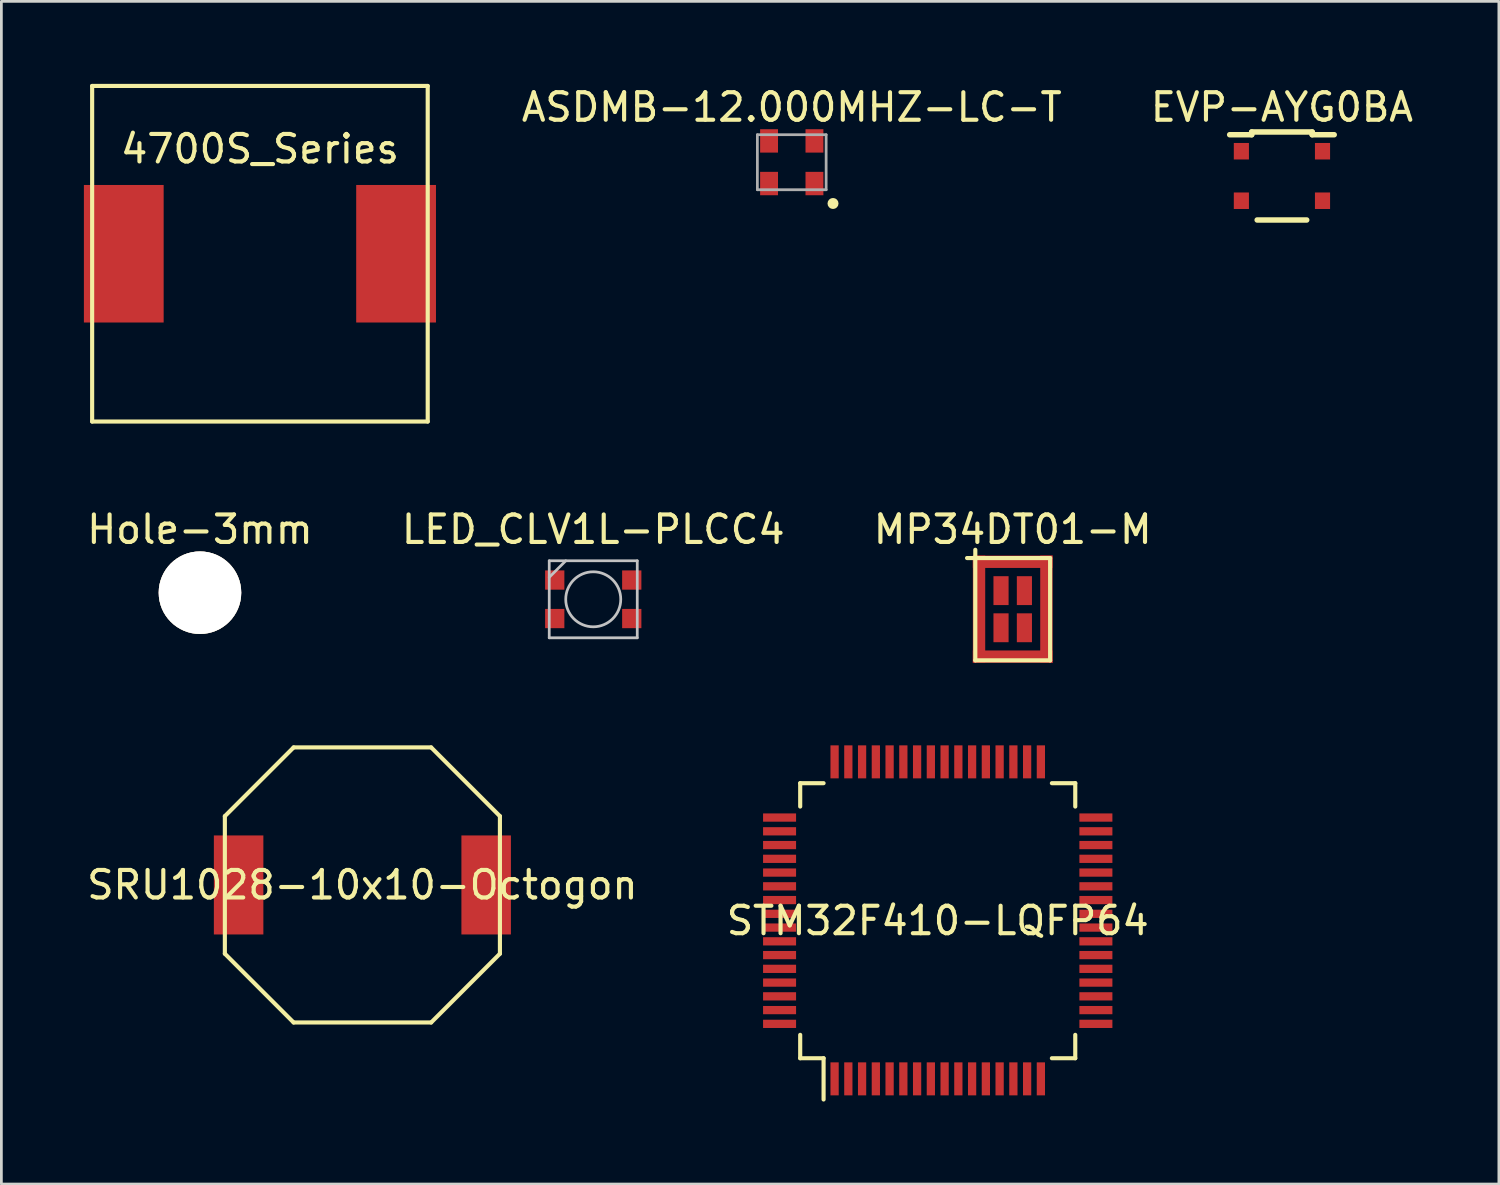
<source format=kicad_pcb>
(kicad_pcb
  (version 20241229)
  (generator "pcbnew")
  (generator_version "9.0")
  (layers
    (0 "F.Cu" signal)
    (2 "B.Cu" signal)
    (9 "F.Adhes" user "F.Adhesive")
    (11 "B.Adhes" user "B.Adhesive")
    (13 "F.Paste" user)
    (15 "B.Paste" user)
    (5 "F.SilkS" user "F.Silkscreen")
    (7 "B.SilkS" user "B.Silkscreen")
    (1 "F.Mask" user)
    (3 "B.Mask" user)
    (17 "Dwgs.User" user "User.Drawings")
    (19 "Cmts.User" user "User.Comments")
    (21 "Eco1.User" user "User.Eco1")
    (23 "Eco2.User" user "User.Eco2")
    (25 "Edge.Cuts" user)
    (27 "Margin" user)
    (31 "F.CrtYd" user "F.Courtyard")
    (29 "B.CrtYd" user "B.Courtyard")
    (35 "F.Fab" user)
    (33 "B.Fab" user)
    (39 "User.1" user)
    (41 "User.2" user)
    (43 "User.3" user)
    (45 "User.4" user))
  (footprint "STM32F410-LQFP64"
    (layer "F.Cu")
    (at 31.042 30.423)
    (property "Reference" "STM32F410-LQFP64" (at 0 0 0) (layer "F.SilkS") (effects (font (size 1 1) (thickness 0.15))))
    (attr through_hole)
    (fp_line (start -5 -5) (end -5 -4.15) (stroke (width 0.15) (type solid)) (layer "F.SilkS"))
    (fp_line (start -5 -5) (end -4.15 -5) (stroke (width 0.15) (type solid)) (layer "F.SilkS"))
    (fp_line (start -5 5) (end -5 4.15) (stroke (width 0.15) (type solid)) (layer "F.SilkS"))
    (fp_line (start -5 5) (end -4.15 5) (stroke (width 0.15) (type solid)) (layer "F.SilkS"))
    (fp_line (start -4.15 5) (end -4.15 6.5) (stroke (width 0.15) (type solid)) (layer "F.SilkS"))
    (fp_line (start 5 -5) (end 4.15 -5) (stroke (width 0.15) (type solid)) (layer "F.SilkS"))
    (fp_line (start 5 -5) (end 5 -4.15) (stroke (width 0.15) (type solid)) (layer "F.SilkS"))
    (fp_line (start 5 5) (end 4.15 5) (stroke (width 0.15) (type solid)) (layer "F.SilkS"))
    (fp_line (start 5 5) (end 5 4.15) (stroke (width 0.15) (type solid)) (layer "F.SilkS"))
    (pad "1" smd rect (at -3.75 5.75) (size 0.3 1.2) (layers "F.Cu" "F.Mask" "F.Paste"))
    (pad "2" smd rect (at -3.25 5.75) (size 0.3 1.2) (layers "F.Cu" "F.Mask" "F.Paste"))
    (pad "3" smd rect (at -2.75 5.75) (size 0.3 1.2) (layers "F.Cu" "F.Mask" "F.Paste"))
    (pad "4" smd rect (at -2.25 5.75) (size 0.3 1.2) (layers "F.Cu" "F.Mask" "F.Paste"))
    (pad "5" smd rect (at -1.75 5.75) (size 0.3 1.2) (layers "F.Cu" "F.Mask" "F.Paste"))
    (pad "6" smd rect (at -1.25 5.75) (size 0.3 1.2) (layers "F.Cu" "F.Mask" "F.Paste"))
    (pad "7" smd rect (at -0.75 5.75) (size 0.3 1.2) (layers "F.Cu" "F.Mask" "F.Paste"))
    (pad "8" smd rect (at -0.25 5.75) (size 0.3 1.2) (layers "F.Cu" "F.Mask" "F.Paste"))
    (pad "9" smd rect (at 0.25 5.75) (size 0.3 1.2) (layers "F.Cu" "F.Mask" "F.Paste"))
    (pad "10" smd rect (at 0.75 5.75) (size 0.3 1.2) (layers "F.Cu" "F.Mask" "F.Paste"))
    (pad "11" smd rect (at 1.25 5.75) (size 0.3 1.2) (layers "F.Cu" "F.Mask" "F.Paste"))
    (pad "12" smd rect (at 1.75 5.75) (size 0.3 1.2) (layers "F.Cu" "F.Mask" "F.Paste"))
    (pad "13" smd rect (at 2.25 5.75) (size 0.3 1.2) (layers "F.Cu" "F.Mask" "F.Paste"))
    (pad "14" smd rect (at 2.75 5.75) (size 0.3 1.2) (layers "F.Cu" "F.Mask" "F.Paste"))
    (pad "15" smd rect (at 3.25 5.75) (size 0.3 1.2) (layers "F.Cu" "F.Mask" "F.Paste"))
    (pad "16" smd rect (at 3.75 5.75) (size 0.3 1.2) (layers "F.Cu" "F.Mask" "F.Paste"))
    (pad "17" smd rect (at 5.75 3.75) (size 1.2 0.3) (layers "F.Cu" "F.Mask" "F.Paste"))
    (pad "18" smd rect (at 5.75 3.25) (size 1.2 0.3) (layers "F.Cu" "F.Mask" "F.Paste"))
    (pad "19" smd rect (at 5.75 2.75) (size 1.2 0.3) (layers "F.Cu" "F.Mask" "F.Paste"))
    (pad "20" smd rect (at 5.75 2.25) (size 1.2 0.3) (layers "F.Cu" "F.Mask" "F.Paste"))
    (pad "21" smd rect (at 5.75 1.75) (size 1.2 0.3) (layers "F.Cu" "F.Mask" "F.Paste"))
    (pad "22" smd rect (at 5.75 1.25) (size 1.2 0.3) (layers "F.Cu" "F.Mask" "F.Paste"))
    (pad "23" smd rect (at 5.75 0.75) (size 1.2 0.3) (layers "F.Cu" "F.Mask" "F.Paste"))
    (pad "24" smd rect (at 5.75 0.25) (size 1.2 0.3) (layers "F.Cu" "F.Mask" "F.Paste"))
    (pad "25" smd rect (at 5.75 -0.25) (size 1.2 0.3) (layers "F.Cu" "F.Mask" "F.Paste"))
    (pad "26" smd rect (at 5.75 -0.75) (size 1.2 0.3) (layers "F.Cu" "F.Mask" "F.Paste"))
    (pad "27" smd rect (at 5.75 -1.25) (size 1.2 0.3) (layers "F.Cu" "F.Mask" "F.Paste"))
    (pad "28" smd rect (at 5.75 -1.75) (size 1.2 0.3) (layers "F.Cu" "F.Mask" "F.Paste"))
    (pad "29" smd rect (at 5.75 -2.25) (size 1.2 0.3) (layers "F.Cu" "F.Mask" "F.Paste"))
    (pad "30" smd rect (at 5.75 -2.75) (size 1.2 0.3) (layers "F.Cu" "F.Mask" "F.Paste"))
    (pad "31" smd rect (at 5.75 -3.25) (size 1.2 0.3) (layers "F.Cu" "F.Mask" "F.Paste"))
    (pad "32" smd rect (at 5.75 -3.75) (size 1.2 0.3) (layers "F.Cu" "F.Mask" "F.Paste"))
    (pad "33" smd rect (at 3.75 -5.775) (size 0.3 1.2) (layers "F.Cu" "F.Mask" "F.Paste"))
    (pad "34" smd rect (at 3.25 -5.775) (size 0.3 1.2) (layers "F.Cu" "F.Mask" "F.Paste"))
    (pad "35" smd rect (at 2.75 -5.775) (size 0.3 1.2) (layers "F.Cu" "F.Mask" "F.Paste"))
    (pad "36" smd rect (at 2.25 -5.775) (size 0.3 1.2) (layers "F.Cu" "F.Mask" "F.Paste"))
    (pad "37" smd rect (at 1.75 -5.775) (size 0.3 1.2) (layers "F.Cu" "F.Mask" "F.Paste"))
    (pad "38" smd rect (at 1.25 -5.775) (size 0.3 1.2) (layers "F.Cu" "F.Mask" "F.Paste"))
    (pad "39" smd rect (at 0.75 -5.775) (size 0.3 1.2) (layers "F.Cu" "F.Mask" "F.Paste"))
    (pad "40" smd rect (at 0.25 -5.775) (size 0.3 1.2) (layers "F.Cu" "F.Mask" "F.Paste"))
    (pad "41" smd rect (at -0.25 -5.775) (size 0.3 1.2) (layers "F.Cu" "F.Mask" "F.Paste"))
    (pad "42" smd rect (at -0.75 -5.775) (size 0.3 1.2) (layers "F.Cu" "F.Mask" "F.Paste"))
    (pad "43" smd rect (at -1.25 -5.775) (size 0.3 1.2) (layers "F.Cu" "F.Mask" "F.Paste"))
    (pad "44" smd rect (at -1.75 -5.775) (size 0.3 1.2) (layers "F.Cu" "F.Mask" "F.Paste"))
    (pad "45" smd rect (at -2.25 -5.775) (size 0.3 1.2) (layers "F.Cu" "F.Mask" "F.Paste"))
    (pad "46" smd rect (at -2.75 -5.775) (size 0.3 1.2) (layers "F.Cu" "F.Mask" "F.Paste"))
    (pad "47" smd rect (at -3.25 -5.775) (size 0.3 1.2) (layers "F.Cu" "F.Mask" "F.Paste"))
    (pad "48" smd rect (at -3.75 -5.775) (size 0.3 1.2) (layers "F.Cu" "F.Mask" "F.Paste"))
    (pad "49" smd rect (at -5.75 -3.75) (size 1.2 0.3) (layers "F.Cu" "F.Mask" "F.Paste"))
    (pad "50" smd rect (at -5.75 -3.25) (size 1.2 0.3) (layers "F.Cu" "F.Mask" "F.Paste"))
    (pad "51" smd rect (at -5.75 -2.75) (size 1.2 0.3) (layers "F.Cu" "F.Mask" "F.Paste"))
    (pad "52" smd rect (at -5.75 -2.25) (size 1.2 0.3) (layers "F.Cu" "F.Mask" "F.Paste"))
    (pad "53" smd rect (at -5.75 -1.75) (size 1.2 0.3) (layers "F.Cu" "F.Mask" "F.Paste"))
    (pad "54" smd rect (at -5.75 -1.25) (size 1.2 0.3) (layers "F.Cu" "F.Mask" "F.Paste"))
    (pad "55" smd rect (at -5.75 -0.75) (size 1.2 0.3) (layers "F.Cu" "F.Mask" "F.Paste"))
    (pad "56" smd rect (at -5.75 -0.25) (size 1.2 0.3) (layers "F.Cu" "F.Mask" "F.Paste"))
    (pad "57" smd rect (at -5.75 0.25) (size 1.2 0.3) (layers "F.Cu" "F.Mask" "F.Paste"))
    (pad "58" smd rect (at -5.75 0.75) (size 1.2 0.3) (layers "F.Cu" "F.Mask" "F.Paste"))
    (pad "59" smd rect (at -5.75 1.25) (size 1.2 0.3) (layers "F.Cu" "F.Mask" "F.Paste"))
    (pad "60" smd rect (at -5.75 1.75) (size 1.2 0.3) (layers "F.Cu" "F.Mask" "F.Paste"))
    (pad "61" smd rect (at -5.75 2.25) (size 1.2 0.3) (layers "F.Cu" "F.Mask" "F.Paste"))
    (pad "62" smd rect (at -5.75 2.75) (size 1.2 0.3) (layers "F.Cu" "F.Mask" "F.Paste"))
    (pad "63" smd rect (at -5.75 3.25) (size 1.2 0.3) (layers "F.Cu" "F.Mask" "F.Paste"))
    (pad "64" smd rect (at -5.75 3.75) (size 1.2 0.3) (layers "F.Cu" "F.Mask" "F.Paste")))
  (footprint "Hole-3mm"
    (layer "F.Cu")
    (at 4.22 18.498)
    (property "Reference" "Hole-3mm" (at 0 -2.3 0) (layer "F.SilkS") (effects (font (size 1 1) (thickness 0.15))))
    (attr through_hole)
    (pad "1" thru_hole circle (at 0 0) (size 3 3) (drill 3) (layers "*.Cu" "*.Mask" "F.SilkS")))
  (footprint "MP34DT01-M"
    (layer "F.Cu")
    (at 33.768 19.098)
    (property "Reference" "MP34DT01-M" (at 0 -2.9 0) (layer "F.SilkS") (effects (font (size 1 1) (thickness 0.15))))
    (attr through_hole)
    (fp_line (start -1.66 -1.86) (end 1.36 -1.86) (stroke (width 0.15) (type solid)) (layer "F.SilkS"))
    (fp_line (start -1.36 -2.16) (end -1.36 1.86) (stroke (width 0.15) (type solid)) (layer "F.SilkS"))
    (fp_line (start -1.36 1.86) (end 1.36 1.86) (stroke (width 0.15) (type solid)) (layer "F.SilkS"))
    (fp_line (start 1.36 -1.86) (end 1.36 1.86) (stroke (width 0.15) (type solid)) (layer "F.SilkS"))
    (pad "1" smd rect (at -0.425 -0.675) (size 0.55 1.05) (layers "F.Cu" "F.Mask" "F.Paste"))
    (pad "2" smd rect (at -0.425 0.675) (size 0.55 1.05) (layers "F.Cu" "F.Mask" "F.Paste"))
    (pad "3" smd rect (at 0.425 0.675) (size 0.55 1.05) (layers "F.Cu" "F.Mask" "F.Paste"))
    (pad "4" smd rect (at 0.425 -0.675) (size 0.55 1.05) (layers "F.Cu" "F.Mask" "F.Paste"))
    (pad "5" smd rect (at -1.225 0) (size 0.45 3.9) (layers "F.Cu" "F.Mask" "F.Paste"))
    (pad "5" smd rect (at 0 -1.725) (size 2.9 0.45) (layers "F.Cu" "F.Mask" "F.Paste"))
    (pad "5" smd rect (at 0 1.725) (size 2.9 0.45) (layers "F.Cu" "F.Mask" "F.Paste"))
    (pad "5" smd rect (at 1.225 0) (size 0.45 3.9) (layers "F.Cu" "F.Mask" "F.Paste")))
  (footprint "SRU1028-10x10-Octogon"
    (layer "F.Cu")
    (at 10.125 29.123)
    (property "Reference" "SRU1028-10x10-Octogon" (at 0 0 0) (layer "F.SilkS") (effects (font (size 1 1) (thickness 0.15))))
    (attr through_hole)
    (fp_line (start -5 -2.5) (end -2.5 -5) (stroke (width 0.15) (type solid)) (layer "F.SilkS"))
    (fp_line (start -5 2.5) (end -5 -2.5) (stroke (width 0.15) (type solid)) (layer "F.SilkS"))
    (fp_line (start -2.5 -5) (end 2.5 -5) (stroke (width 0.15) (type solid)) (layer "F.SilkS"))
    (fp_line (start -2.5 5) (end -5 2.5) (stroke (width 0.15) (type solid)) (layer "F.SilkS"))
    (fp_line (start 2.5 -5) (end 5 -2.5) (stroke (width 0.15) (type solid)) (layer "F.SilkS"))
    (fp_line (start 2.5 5) (end -2.5 5) (stroke (width 0.15) (type solid)) (layer "F.SilkS"))
    (fp_line (start 5 -2.5) (end 5 2.5) (stroke (width 0.15) (type solid)) (layer "F.SilkS"))
    (fp_line (start 5 2.5) (end 2.5 5) (stroke (width 0.15) (type solid)) (layer "F.SilkS"))
    (pad "1" smd rect (at -4.5 0) (size 1.8 3.6) (layers "F.Cu" "F.Mask" "F.Paste"))
    (pad "2" smd rect (at 4.5 0) (size 1.8 3.6) (layers "F.Cu" "F.Mask" "F.Paste")))
  (footprint "EVP-AYG0BA"
    (layer "F.Cu")
    (at 43.556 3.348)
    (property "Reference" "EVP-AYG0BA" (at 0 -2.5 0) (layer "F.SilkS") (effects (font (size 1 1) (thickness 0.15))))
    (attr through_hole)
    (fp_line (start -1.1 -1.6) (end 1.1 -1.6) (stroke (width 0.2) (type solid)) (layer "F.SilkS"))
    (fp_line (start -1.1 -1.5) (end -1.9 -1.5) (stroke (width 0.2) (type solid)) (layer "F.SilkS"))
    (fp_line (start -1.1 -1.5) (end -1.1 -1.6) (stroke (width 0.2) (type solid)) (layer "F.SilkS"))
    (fp_line (start -0.9 1.6) (end 0.9 1.6) (stroke (width 0.2) (type solid)) (layer "F.SilkS"))
    (fp_line (start 1.1 -1.6) (end 1.1 -1.5) (stroke (width 0.2) (type solid)) (layer "F.SilkS"))
    (fp_line (start 1.1 -1.5) (end 1.9 -1.5) (stroke (width 0.2) (type solid)) (layer "F.SilkS"))
    (pad "" smd rect (at 0 0) (size 1.6 2.6) (layers "F.Mask"))
    (pad "1" smd rect (at -1.475 -0.9) (size 0.55 0.6) (layers "F.Cu" "F.Mask" "F.Paste"))
    (pad "1" smd rect (at 1.475 -0.9) (size 0.55 0.6) (layers "F.Cu" "F.Mask" "F.Paste"))
    (pad "2" smd rect (at -1.475 0.9) (size 0.55 0.6) (layers "F.Cu" "F.Mask" "F.Paste"))
    (pad "2" smd rect (at 1.475 0.9) (size 0.55 0.6) (layers "F.Cu" "F.Mask" "F.Paste")))
  (footprint "LED_CLV1L-PLCC4"
    (layer "F.Cu")
    (at 18.518 18.738)
    (property "Reference" "LED_CLV1L-PLCC4" (at 0 -2.54 0) (layer "F.SilkS") (effects (font (size 1 1) (thickness 0.15))))
    (attr smd)
    (fp_line (start -1.6 -1.4) (end -1.6 1.4) (stroke (width 0.1) (type solid)) (layer "Dwgs.User"))
    (fp_line (start -1.6 -1.4) (end 1.6 -1.4) (stroke (width 0.1) (type solid)) (layer "Dwgs.User"))
    (fp_line (start -1.6 -0.8) (end -1 -1.4) (stroke (width 0.1) (type solid)) (layer "Dwgs.User"))
    (fp_line (start -1.6 1.4) (end 1.6 1.4) (stroke (width 0.1) (type solid)) (layer "Dwgs.User"))
    (fp_line (start 1.6 -1.4) (end 1.6 1.4) (stroke (width 0.1) (type solid)) (layer "Dwgs.User"))
    (fp_circle (center 0 0) (end 1 0) (stroke (width 0.1) (type solid)) (fill no) (layer "Dwgs.User"))
    (pad "1" smd rect (at -1.4 -0.7) (size 0.7 0.7) (layers "F.Cu" "F.Mask" "F.Paste"))
    (pad "2" smd rect (at -1.4 0.7) (size 0.7 0.7) (layers "F.Cu" "F.Mask" "F.Paste"))
    (pad "3" smd rect (at 1.4 0.7) (size 0.7 0.7) (layers "F.Cu" "F.Mask" "F.Paste"))
    (pad "4" smd rect (at 1.4 -0.7) (size 0.7 0.7) (layers "F.Cu" "F.Mask" "F.Paste")))
  (footprint "ASDMB-12.000MHZ-LC-T"
    (layer "F.Cu")
    (at 25.735 2.848)
    (property "Reference" "ASDMB-12.000MHZ-LC-T" (at 0 -2 0) (layer "F.SilkS") (effects (font (size 1 1) (thickness 0.15))))
    (attr through_hole)
    (fp_circle (center 1.5 1.5) (end 1.5 1.4) (stroke (width 0.2) (type solid)) (fill no) (layer "F.SilkS"))
    (fp_line (start -1.25 -1) (end -1.25 1) (stroke (width 0.1) (type solid)) (layer "F.Fab"))
    (fp_line (start -1.25 1) (end 1.25 1) (stroke (width 0.1) (type solid)) (layer "F.Fab"))
    (fp_line (start 1.25 -1) (end -1.25 -1) (stroke (width 0.1) (type solid)) (layer "F.Fab"))
    (fp_line (start 1.25 1) (end 1.25 -1) (stroke (width 0.1) (type solid)) (layer "F.Fab"))
    (pad "1" smd rect (at 0.825 0.775) (size 0.65 0.85) (layers "F.Cu" "F.Mask" "F.Paste"))
    (pad "2" smd rect (at -0.825 0.775) (size 0.65 0.85) (layers "F.Cu" "F.Mask" "F.Paste"))
    (pad "3" smd rect (at -0.825 -0.775) (size 0.65 0.85) (layers "F.Cu" "F.Mask" "F.Paste"))
    (pad "4" smd rect (at 0.825 -0.775) (size 0.65 0.85) (layers "F.Cu" "F.Mask" "F.Paste")))
  (footprint "4700S_Series"
    (layer "F.Cu")
    (at 6.4 6.175)
    (property "Reference" "4700S_Series" (at 0 -3.81 180) (layer "F.SilkS") (effects (font (size 1 1) (thickness 0.15))))
    (attr smd)
    (fp_line (start -6.1 -6.1) (end -6.1 6.1) (stroke (width 0.15) (type solid)) (layer "F.SilkS"))
    (fp_line (start -6.1 -6.1) (end 6.1 -6.1) (stroke (width 0.15) (type solid)) (layer "F.SilkS"))
    (fp_line (start -6.1 6.1) (end 6.1 6.1) (stroke (width 0.15) (type solid)) (layer "F.SilkS"))
    (fp_line (start 6.1 -6.1) (end 6.1 6.1) (stroke (width 0.15) (type solid)) (layer "F.SilkS"))
    (fp_text user "" (at 0 0 0) (layer "F.SilkS") (effects (font (size 1 1) (thickness 0.15))))
    (fp_text user "" (at 0 0 0) (layer "F.SilkS") (effects (font (size 1 1) (thickness 0.15))))
    (pad "1" smd rect (at -4.95 0) (size 2.9 5) (layers "F.Cu" "F.Mask" "F.Paste"))
    (pad "2" smd rect (at 4.95 0) (size 2.9 5) (layers "F.Cu" "F.Mask" "F.Paste")))
  (gr_rect
    (start -3 -3)
    (end 51.443 39.998)
    (stroke (width 0.1) (type default))
    (fill no)
    (layer "Edge.Cuts")))
</source>
